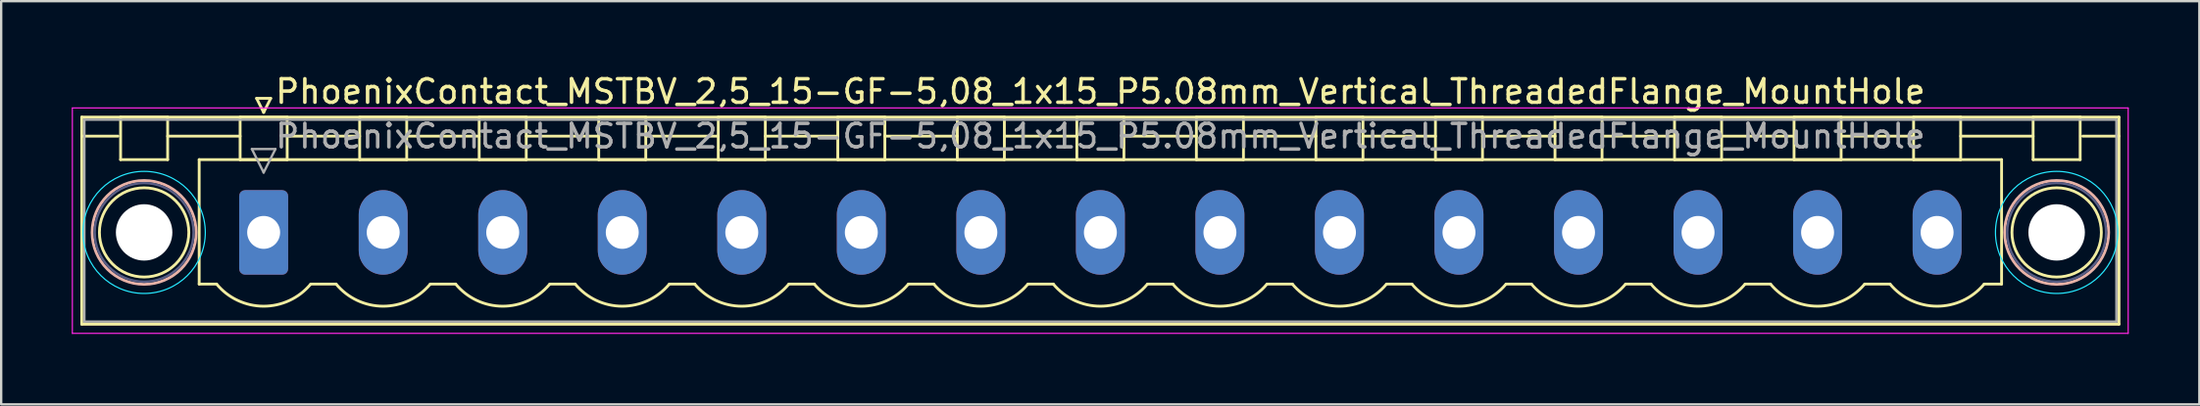
<source format=kicad_pcb>
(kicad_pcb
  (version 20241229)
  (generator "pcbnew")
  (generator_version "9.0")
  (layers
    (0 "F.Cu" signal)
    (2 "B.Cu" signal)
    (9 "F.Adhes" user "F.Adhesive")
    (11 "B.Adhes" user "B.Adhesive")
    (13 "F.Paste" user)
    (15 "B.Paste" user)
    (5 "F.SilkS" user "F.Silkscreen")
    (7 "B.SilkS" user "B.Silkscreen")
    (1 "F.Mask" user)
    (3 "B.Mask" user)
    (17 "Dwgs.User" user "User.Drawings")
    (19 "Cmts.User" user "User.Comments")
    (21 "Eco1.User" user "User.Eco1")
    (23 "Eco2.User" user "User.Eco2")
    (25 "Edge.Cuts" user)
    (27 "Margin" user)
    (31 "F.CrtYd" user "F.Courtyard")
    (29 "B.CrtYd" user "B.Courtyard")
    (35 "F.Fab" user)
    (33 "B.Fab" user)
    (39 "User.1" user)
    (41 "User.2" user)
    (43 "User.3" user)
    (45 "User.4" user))
  (footprint "PhoenixContact_MSTBV_2,5_15-GF-5,08_1x15_P5.08mm_Vertical_ThreadedFlange_MountHole"
    (layer "F.Cu")
    (at 8.155 6.848)
    (property "Reference" "PhoenixContact_MSTBV_2,5_15-GF-5,08_1x15_P5.08mm_Vertical_ThreadedFlange_MountHole" (at 35.56 -6 0) (layer "F.SilkS") (effects (font (size 1 1) (thickness 0.15))))
    (attr through_hole)
    (fp_line (start -7.73 -4.91) (end -7.73 3.91) (stroke (width 0.12) (type solid)) (layer "F.SilkS"))
    (fp_line (start -7.73 -4.1) (end -6.19 -4.1) (stroke (width 0.12) (type solid)) (layer "F.SilkS"))
    (fp_line (start -7.73 3.91) (end 78.85 3.91) (stroke (width 0.12) (type solid)) (layer "F.SilkS"))
    (fp_line (start -6.08 -4.91) (end -4.08 -4.91) (stroke (width 0.12) (type solid)) (layer "F.SilkS"))
    (fp_line (start -6.08 -3.1) (end -6.08 -4.91) (stroke (width 0.12) (type solid)) (layer "F.SilkS"))
    (fp_line (start -4.08 -4.91) (end -4.08 -3.1) (stroke (width 0.12) (type solid)) (layer "F.SilkS"))
    (fp_line (start -4.08 -4.1) (end -1 -4.1) (stroke (width 0.12) (type solid)) (layer "F.SilkS"))
    (fp_line (start -4.08 -3.1) (end -6.08 -3.1) (stroke (width 0.12) (type solid)) (layer "F.SilkS"))
    (fp_line (start -2.74 -3.1) (end 73.86 -3.1) (stroke (width 0.12) (type solid)) (layer "F.SilkS"))
    (fp_line (start -2.74 2.2) (end -2.74 -3.1) (stroke (width 0.12) (type solid)) (layer "F.SilkS"))
    (fp_line (start -2 2.2) (end -2.74 2.2) (stroke (width 0.12) (type solid)) (layer "F.SilkS"))
    (fp_line (start -1 -4.91) (end 1 -4.91) (stroke (width 0.12) (type solid)) (layer "F.SilkS"))
    (fp_line (start -1 -3.1) (end -1 -4.91) (stroke (width 0.12) (type solid)) (layer "F.SilkS"))
    (fp_line (start -0.3 -5.71) (end 0.3 -5.71) (stroke (width 0.12) (type solid)) (layer "F.SilkS"))
    (fp_line (start 0 -5.11) (end -0.3 -5.71) (stroke (width 0.12) (type solid)) (layer "F.SilkS"))
    (fp_line (start 0.3 -5.71) (end 0 -5.11) (stroke (width 0.12) (type solid)) (layer "F.SilkS"))
    (fp_line (start 1 -4.91) (end 1 -3.1) (stroke (width 0.12) (type solid)) (layer "F.SilkS"))
    (fp_line (start 1 -4.1) (end 4.08 -4.1) (stroke (width 0.12) (type solid)) (layer "F.SilkS"))
    (fp_line (start 1 -3.1) (end -1 -3.1) (stroke (width 0.12) (type solid)) (layer "F.SilkS"))
    (fp_line (start 2 2.2) (end 3.08 2.2) (stroke (width 0.12) (type solid)) (layer "F.SilkS"))
    (fp_line (start 4.08 -4.91) (end 6.08 -4.91) (stroke (width 0.12) (type solid)) (layer "F.SilkS"))
    (fp_line (start 4.08 -3.1) (end 4.08 -4.91) (stroke (width 0.12) (type solid)) (layer "F.SilkS"))
    (fp_line (start 6.08 -4.91) (end 6.08 -3.1) (stroke (width 0.12) (type solid)) (layer "F.SilkS"))
    (fp_line (start 6.08 -4.1) (end 9.16 -4.1) (stroke (width 0.12) (type solid)) (layer "F.SilkS"))
    (fp_line (start 6.08 -3.1) (end 4.08 -3.1) (stroke (width 0.12) (type solid)) (layer "F.SilkS"))
    (fp_line (start 7.08 2.2) (end 8.16 2.2) (stroke (width 0.12) (type solid)) (layer "F.SilkS"))
    (fp_line (start 9.16 -4.91) (end 11.16 -4.91) (stroke (width 0.12) (type solid)) (layer "F.SilkS"))
    (fp_line (start 9.16 -3.1) (end 9.16 -4.91) (stroke (width 0.12) (type solid)) (layer "F.SilkS"))
    (fp_line (start 11.16 -4.91) (end 11.16 -3.1) (stroke (width 0.12) (type solid)) (layer "F.SilkS"))
    (fp_line (start 11.16 -4.1) (end 14.24 -4.1) (stroke (width 0.12) (type solid)) (layer "F.SilkS"))
    (fp_line (start 11.16 -3.1) (end 9.16 -3.1) (stroke (width 0.12) (type solid)) (layer "F.SilkS"))
    (fp_line (start 12.16 2.2) (end 13.24 2.2) (stroke (width 0.12) (type solid)) (layer "F.SilkS"))
    (fp_line (start 14.24 -4.91) (end 16.24 -4.91) (stroke (width 0.12) (type solid)) (layer "F.SilkS"))
    (fp_line (start 14.24 -3.1) (end 14.24 -4.91) (stroke (width 0.12) (type solid)) (layer "F.SilkS"))
    (fp_line (start 16.24 -4.91) (end 16.24 -3.1) (stroke (width 0.12) (type solid)) (layer "F.SilkS"))
    (fp_line (start 16.24 -4.1) (end 19.32 -4.1) (stroke (width 0.12) (type solid)) (layer "F.SilkS"))
    (fp_line (start 16.24 -3.1) (end 14.24 -3.1) (stroke (width 0.12) (type solid)) (layer "F.SilkS"))
    (fp_line (start 17.24 2.2) (end 18.32 2.2) (stroke (width 0.12) (type solid)) (layer "F.SilkS"))
    (fp_line (start 19.32 -4.91) (end 21.32 -4.91) (stroke (width 0.12) (type solid)) (layer "F.SilkS"))
    (fp_line (start 19.32 -3.1) (end 19.32 -4.91) (stroke (width 0.12) (type solid)) (layer "F.SilkS"))
    (fp_line (start 21.32 -4.91) (end 21.32 -3.1) (stroke (width 0.12) (type solid)) (layer "F.SilkS"))
    (fp_line (start 21.32 -4.1) (end 24.4 -4.1) (stroke (width 0.12) (type solid)) (layer "F.SilkS"))
    (fp_line (start 21.32 -3.1) (end 19.32 -3.1) (stroke (width 0.12) (type solid)) (layer "F.SilkS"))
    (fp_line (start 22.32 2.2) (end 23.4 2.2) (stroke (width 0.12) (type solid)) (layer "F.SilkS"))
    (fp_line (start 24.4 -4.91) (end 26.4 -4.91) (stroke (width 0.12) (type solid)) (layer "F.SilkS"))
    (fp_line (start 24.4 -3.1) (end 24.4 -4.91) (stroke (width 0.12) (type solid)) (layer "F.SilkS"))
    (fp_line (start 26.4 -4.91) (end 26.4 -3.1) (stroke (width 0.12) (type solid)) (layer "F.SilkS"))
    (fp_line (start 26.4 -4.1) (end 29.48 -4.1) (stroke (width 0.12) (type solid)) (layer "F.SilkS"))
    (fp_line (start 26.4 -3.1) (end 24.4 -3.1) (stroke (width 0.12) (type solid)) (layer "F.SilkS"))
    (fp_line (start 27.4 2.2) (end 28.48 2.2) (stroke (width 0.12) (type solid)) (layer "F.SilkS"))
    (fp_line (start 29.48 -4.91) (end 31.48 -4.91) (stroke (width 0.12) (type solid)) (layer "F.SilkS"))
    (fp_line (start 29.48 -3.1) (end 29.48 -4.91) (stroke (width 0.12) (type solid)) (layer "F.SilkS"))
    (fp_line (start 31.48 -4.91) (end 31.48 -3.1) (stroke (width 0.12) (type solid)) (layer "F.SilkS"))
    (fp_line (start 31.48 -4.1) (end 34.56 -4.1) (stroke (width 0.12) (type solid)) (layer "F.SilkS"))
    (fp_line (start 31.48 -3.1) (end 29.48 -3.1) (stroke (width 0.12) (type solid)) (layer "F.SilkS"))
    (fp_line (start 32.48 2.2) (end 33.56 2.2) (stroke (width 0.12) (type solid)) (layer "F.SilkS"))
    (fp_line (start 34.56 -4.91) (end 36.56 -4.91) (stroke (width 0.12) (type solid)) (layer "F.SilkS"))
    (fp_line (start 34.56 -3.1) (end 34.56 -4.91) (stroke (width 0.12) (type solid)) (layer "F.SilkS"))
    (fp_line (start 36.56 -4.91) (end 36.56 -3.1) (stroke (width 0.12) (type solid)) (layer "F.SilkS"))
    (fp_line (start 36.56 -4.1) (end 39.64 -4.1) (stroke (width 0.12) (type solid)) (layer "F.SilkS"))
    (fp_line (start 36.56 -3.1) (end 34.56 -3.1) (stroke (width 0.12) (type solid)) (layer "F.SilkS"))
    (fp_line (start 37.56 2.2) (end 38.64 2.2) (stroke (width 0.12) (type solid)) (layer "F.SilkS"))
    (fp_line (start 39.64 -4.91) (end 41.64 -4.91) (stroke (width 0.12) (type solid)) (layer "F.SilkS"))
    (fp_line (start 39.64 -3.1) (end 39.64 -4.91) (stroke (width 0.12) (type solid)) (layer "F.SilkS"))
    (fp_line (start 41.64 -4.91) (end 41.64 -3.1) (stroke (width 0.12) (type solid)) (layer "F.SilkS"))
    (fp_line (start 41.64 -4.1) (end 44.72 -4.1) (stroke (width 0.12) (type solid)) (layer "F.SilkS"))
    (fp_line (start 41.64 -3.1) (end 39.64 -3.1) (stroke (width 0.12) (type solid)) (layer "F.SilkS"))
    (fp_line (start 42.64 2.2) (end 43.72 2.2) (stroke (width 0.12) (type solid)) (layer "F.SilkS"))
    (fp_line (start 44.72 -4.91) (end 46.72 -4.91) (stroke (width 0.12) (type solid)) (layer "F.SilkS"))
    (fp_line (start 44.72 -3.1) (end 44.72 -4.91) (stroke (width 0.12) (type solid)) (layer "F.SilkS"))
    (fp_line (start 46.72 -4.91) (end 46.72 -3.1) (stroke (width 0.12) (type solid)) (layer "F.SilkS"))
    (fp_line (start 46.72 -4.1) (end 49.8 -4.1) (stroke (width 0.12) (type solid)) (layer "F.SilkS"))
    (fp_line (start 46.72 -3.1) (end 44.72 -3.1) (stroke (width 0.12) (type solid)) (layer "F.SilkS"))
    (fp_line (start 47.72 2.2) (end 48.8 2.2) (stroke (width 0.12) (type solid)) (layer "F.SilkS"))
    (fp_line (start 49.8 -4.91) (end 51.8 -4.91) (stroke (width 0.12) (type solid)) (layer "F.SilkS"))
    (fp_line (start 49.8 -3.1) (end 49.8 -4.91) (stroke (width 0.12) (type solid)) (layer "F.SilkS"))
    (fp_line (start 51.8 -4.91) (end 51.8 -3.1) (stroke (width 0.12) (type solid)) (layer "F.SilkS"))
    (fp_line (start 51.8 -4.1) (end 54.88 -4.1) (stroke (width 0.12) (type solid)) (layer "F.SilkS"))
    (fp_line (start 51.8 -3.1) (end 49.8 -3.1) (stroke (width 0.12) (type solid)) (layer "F.SilkS"))
    (fp_line (start 52.8 2.2) (end 53.88 2.2) (stroke (width 0.12) (type solid)) (layer "F.SilkS"))
    (fp_line (start 54.88 -4.91) (end 56.88 -4.91) (stroke (width 0.12) (type solid)) (layer "F.SilkS"))
    (fp_line (start 54.88 -3.1) (end 54.88 -4.91) (stroke (width 0.12) (type solid)) (layer "F.SilkS"))
    (fp_line (start 56.88 -4.91) (end 56.88 -3.1) (stroke (width 0.12) (type solid)) (layer "F.SilkS"))
    (fp_line (start 56.88 -4.1) (end 59.96 -4.1) (stroke (width 0.12) (type solid)) (layer "F.SilkS"))
    (fp_line (start 56.88 -3.1) (end 54.88 -3.1) (stroke (width 0.12) (type solid)) (layer "F.SilkS"))
    (fp_line (start 57.88 2.2) (end 58.96 2.2) (stroke (width 0.12) (type solid)) (layer "F.SilkS"))
    (fp_line (start 59.96 -4.91) (end 61.96 -4.91) (stroke (width 0.12) (type solid)) (layer "F.SilkS"))
    (fp_line (start 59.96 -3.1) (end 59.96 -4.91) (stroke (width 0.12) (type solid)) (layer "F.SilkS"))
    (fp_line (start 61.96 -4.91) (end 61.96 -3.1) (stroke (width 0.12) (type solid)) (layer "F.SilkS"))
    (fp_line (start 61.96 -4.1) (end 65.04 -4.1) (stroke (width 0.12) (type solid)) (layer "F.SilkS"))
    (fp_line (start 61.96 -3.1) (end 59.96 -3.1) (stroke (width 0.12) (type solid)) (layer "F.SilkS"))
    (fp_line (start 62.96 2.2) (end 64.04 2.2) (stroke (width 0.12) (type solid)) (layer "F.SilkS"))
    (fp_line (start 65.04 -4.91) (end 67.04 -4.91) (stroke (width 0.12) (type solid)) (layer "F.SilkS"))
    (fp_line (start 65.04 -3.1) (end 65.04 -4.91) (stroke (width 0.12) (type solid)) (layer "F.SilkS"))
    (fp_line (start 67.04 -4.91) (end 67.04 -3.1) (stroke (width 0.12) (type solid)) (layer "F.SilkS"))
    (fp_line (start 67.04 -4.1) (end 70.12 -4.1) (stroke (width 0.12) (type solid)) (layer "F.SilkS"))
    (fp_line (start 67.04 -3.1) (end 65.04 -3.1) (stroke (width 0.12) (type solid)) (layer "F.SilkS"))
    (fp_line (start 68.04 2.2) (end 69.12 2.2) (stroke (width 0.12) (type solid)) (layer "F.SilkS"))
    (fp_line (start 70.12 -4.91) (end 72.12 -4.91) (stroke (width 0.12) (type solid)) (layer "F.SilkS"))
    (fp_line (start 70.12 -3.1) (end 70.12 -4.91) (stroke (width 0.12) (type solid)) (layer "F.SilkS"))
    (fp_line (start 72.12 -4.91) (end 72.12 -3.1) (stroke (width 0.12) (type solid)) (layer "F.SilkS"))
    (fp_line (start 72.12 -4.1) (end 75.2 -4.1) (stroke (width 0.12) (type solid)) (layer "F.SilkS"))
    (fp_line (start 72.12 -3.1) (end 70.12 -3.1) (stroke (width 0.12) (type solid)) (layer "F.SilkS"))
    (fp_line (start 73.86 -3.1) (end 73.86 2.2) (stroke (width 0.12) (type solid)) (layer "F.SilkS"))
    (fp_line (start 73.86 2.2) (end 73.12 2.2) (stroke (width 0.12) (type solid)) (layer "F.SilkS"))
    (fp_line (start 75.2 -4.91) (end 77.2 -4.91) (stroke (width 0.12) (type solid)) (layer "F.SilkS"))
    (fp_line (start 75.2 -3.1) (end 75.2 -4.91) (stroke (width 0.12) (type solid)) (layer "F.SilkS"))
    (fp_line (start 77.2 -4.91) (end 77.2 -3.1) (stroke (width 0.12) (type solid)) (layer "F.SilkS"))
    (fp_line (start 77.2 -3.1) (end 75.2 -3.1) (stroke (width 0.12) (type solid)) (layer "F.SilkS"))
    (fp_line (start 78.85 -4.91) (end -7.73 -4.91) (stroke (width 0.12) (type solid)) (layer "F.SilkS"))
    (fp_line (start 78.85 -4.1) (end 77.31 -4.1) (stroke (width 0.12) (type solid)) (layer "F.SilkS"))
    (fp_line (start 78.85 3.91) (end 78.85 -4.91) (stroke (width 0.12) (type solid)) (layer "F.SilkS"))
    (fp_arc (start 1.986842 2.215821) (mid -0.010289 3.142758) (end -2 2.2) (stroke (width 0.12) (type solid)) (layer "F.SilkS"))
    (fp_arc (start 7.066842 2.215821) (mid 5.069711 3.142758) (end 3.08 2.2) (stroke (width 0.12) (type solid)) (layer "F.SilkS"))
    (fp_arc (start 12.146842 2.215821) (mid 10.149711 3.142758) (end 8.16 2.2) (stroke (width 0.12) (type solid)) (layer "F.SilkS"))
    (fp_arc (start 17.226842 2.215821) (mid 15.229711 3.142758) (end 13.24 2.2) (stroke (width 0.12) (type solid)) (layer "F.SilkS"))
    (fp_arc (start 22.306842 2.215821) (mid 20.309711 3.142758) (end 18.32 2.2) (stroke (width 0.12) (type solid)) (layer "F.SilkS"))
    (fp_arc (start 27.386842 2.215821) (mid 25.389711 3.142758) (end 23.4 2.2) (stroke (width 0.12) (type solid)) (layer "F.SilkS"))
    (fp_arc (start 32.466842 2.215821) (mid 30.469711 3.142758) (end 28.48 2.2) (stroke (width 0.12) (type solid)) (layer "F.SilkS"))
    (fp_arc (start 37.546842 2.215821) (mid 35.549711 3.142758) (end 33.56 2.2) (stroke (width 0.12) (type solid)) (layer "F.SilkS"))
    (fp_arc (start 42.626842 2.215821) (mid 40.629711 3.142758) (end 38.64 2.2) (stroke (width 0.12) (type solid)) (layer "F.SilkS"))
    (fp_arc (start 47.706842 2.215821) (mid 45.709711 3.142758) (end 43.72 2.2) (stroke (width 0.12) (type solid)) (layer "F.SilkS"))
    (fp_arc (start 52.786842 2.215821) (mid 50.789711 3.142758) (end 48.8 2.2) (stroke (width 0.12) (type solid)) (layer "F.SilkS"))
    (fp_arc (start 57.866842 2.215821) (mid 55.869711 3.142758) (end 53.88 2.2) (stroke (width 0.12) (type solid)) (layer "F.SilkS"))
    (fp_arc (start 62.946842 2.215821) (mid 60.949711 3.142758) (end 58.96 2.2) (stroke (width 0.12) (type solid)) (layer "F.SilkS"))
    (fp_arc (start 68.026842 2.215821) (mid 66.029711 3.142758) (end 64.04 2.2) (stroke (width 0.12) (type solid)) (layer "F.SilkS"))
    (fp_arc (start 73.106842 2.215821) (mid 71.109711 3.142758) (end 69.12 2.2) (stroke (width 0.12) (type solid)) (layer "F.SilkS"))
    (fp_circle (center -5.08 0) (end -3.18 0) (stroke (width 0.12) (type solid)) (fill no) (layer "F.SilkS"))
    (fp_circle (center 76.2 0) (end 78.1 0) (stroke (width 0.12) (type solid)) (fill no) (layer "F.SilkS"))
    (fp_circle (center -5.08 0) (end -2.87 0) (stroke (width 0.12) (type solid)) (fill no) (layer "B.SilkS"))
    (fp_circle (center 76.2 0) (end 78.41 0) (stroke (width 0.12) (type solid)) (fill no) (layer "B.SilkS"))
    (fp_circle (center -5.08 0) (end -2.48 0) (stroke (width 0.05) (type solid)) (fill no) (layer "B.CrtYd"))
    (fp_circle (center 76.2 0) (end 78.8 0) (stroke (width 0.05) (type solid)) (fill no) (layer "B.CrtYd"))
    (fp_line (start -8.13 -5.3) (end -8.13 4.3) (stroke (width 0.05) (type solid)) (layer "F.CrtYd"))
    (fp_line (start -8.13 4.3) (end 79.24 4.3) (stroke (width 0.05) (type solid)) (layer "F.CrtYd"))
    (fp_line (start 79.24 -5.3) (end -8.13 -5.3) (stroke (width 0.05) (type solid)) (layer "F.CrtYd"))
    (fp_line (start 79.24 4.3) (end 79.24 -5.3) (stroke (width 0.05) (type solid)) (layer "F.CrtYd"))
    (fp_circle (center -5.08 0) (end -2.98 0) (stroke (width 0.1) (type solid)) (fill no) (layer "B.Fab"))
    (fp_circle (center 76.2 0) (end 78.3 0) (stroke (width 0.1) (type solid)) (fill no) (layer "B.Fab"))
    (fp_line (start -7.62 -4.8) (end -7.62 3.8) (stroke (width 0.1) (type solid)) (layer "F.Fab"))
    (fp_line (start -7.62 3.8) (end 78.74 3.8) (stroke (width 0.1) (type solid)) (layer "F.Fab"))
    (fp_line (start -0.5 -3.55) (end 0.5 -3.55) (stroke (width 0.1) (type solid)) (layer "F.Fab"))
    (fp_line (start 0 -2.55) (end -0.5 -3.55) (stroke (width 0.1) (type solid)) (layer "F.Fab"))
    (fp_line (start 0.5 -3.55) (end 0 -2.55) (stroke (width 0.1) (type solid)) (layer "F.Fab"))
    (fp_line (start 78.74 -4.8) (end -7.62 -4.8) (stroke (width 0.1) (type solid)) (layer "F.Fab"))
    (fp_line (start 78.74 3.8) (end 78.74 -4.8) (stroke (width 0.1) (type solid)) (layer "F.Fab"))
    (fp_text user "${REFERENCE}" (at 35.56 -4.1 0) (layer "F.Fab") (effects (font (size 1 1) (thickness 0.15))))
    (pad "" np_thru_hole circle (at -5.08 0) (size 2.4 2.4) (drill 2.4) (layers "*.Cu" "*.Mask"))
    (pad "" np_thru_hole circle (at 76.2 0) (size 2.4 2.4) (drill 2.4) (layers "*.Cu" "*.Mask"))
    (pad "1" thru_hole roundrect (at 0 0) (size 2.08 3.6) (drill 1.4) (layers "*.Cu" "*.Mask") (roundrect_rratio 0.12))
    (pad "2" thru_hole oval (at 5.08 0) (size 2.08 3.6) (drill 1.4) (layers "*.Cu" "*.Mask"))
    (pad "3" thru_hole oval (at 10.16 0) (size 2.08 3.6) (drill 1.4) (layers "*.Cu" "*.Mask"))
    (pad "4" thru_hole oval (at 15.24 0) (size 2.08 3.6) (drill 1.4) (layers "*.Cu" "*.Mask"))
    (pad "5" thru_hole oval (at 20.32 0) (size 2.08 3.6) (drill 1.4) (layers "*.Cu" "*.Mask"))
    (pad "6" thru_hole oval (at 25.4 0) (size 2.08 3.6) (drill 1.4) (layers "*.Cu" "*.Mask"))
    (pad "7" thru_hole oval (at 30.48 0) (size 2.08 3.6) (drill 1.4) (layers "*.Cu" "*.Mask"))
    (pad "8" thru_hole oval (at 35.56 0) (size 2.08 3.6) (drill 1.4) (layers "*.Cu" "*.Mask"))
    (pad "9" thru_hole oval (at 40.64 0) (size 2.08 3.6) (drill 1.4) (layers "*.Cu" "*.Mask"))
    (pad "10" thru_hole oval (at 45.72 0) (size 2.08 3.6) (drill 1.4) (layers "*.Cu" "*.Mask"))
    (pad "11" thru_hole oval (at 50.8 0) (size 2.08 3.6) (drill 1.4) (layers "*.Cu" "*.Mask"))
    (pad "12" thru_hole oval (at 55.88 0) (size 2.08 3.6) (drill 1.4) (layers "*.Cu" "*.Mask"))
    (pad "13" thru_hole oval (at 60.96 0) (size 2.08 3.6) (drill 1.4) (layers "*.Cu" "*.Mask"))
    (pad "14" thru_hole oval (at 66.04 0) (size 2.08 3.6) (drill 1.4) (layers "*.Cu" "*.Mask"))
    (pad "15" thru_hole oval (at 71.12 0) (size 2.08 3.6) (drill 1.4) (layers "*.Cu" "*.Mask")))
  (gr_rect
    (start -3 -3)
    (end 90.42 14.173)
    (stroke (width 0.1) (type default))
    (fill no)
    (layer "Edge.Cuts")))
</source>
